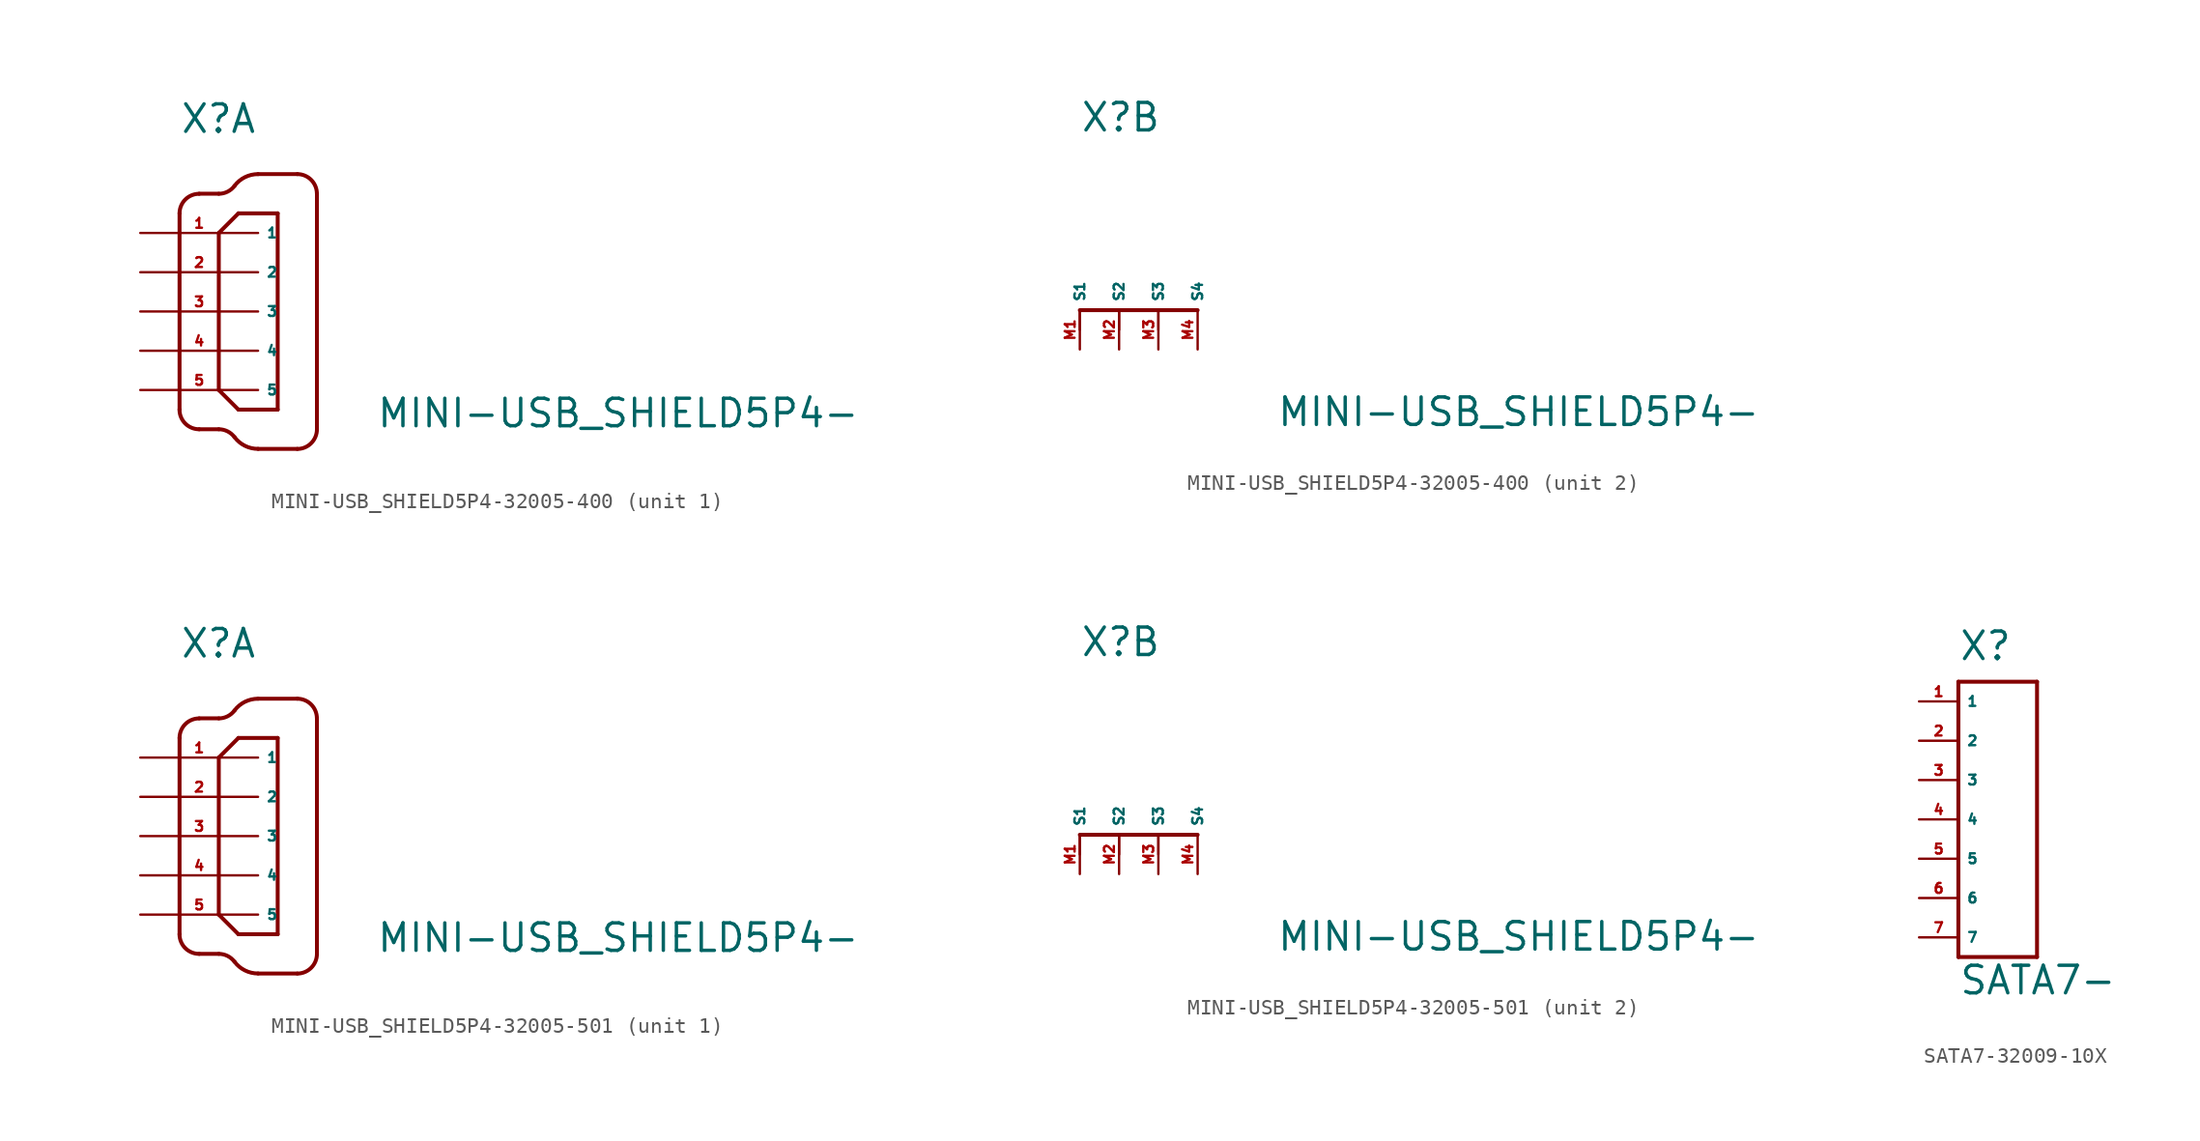
<source format=kicad_sym>
(kicad_symbol_lib
  (version 20220914)
  (generator Eagle2Kicad)
  (symbol "MINI-USB_SHIELD5P4-32005-400"
    (property "Reference" "X"
      (at -2.54 11.43 0)
      (effects (font (size 1.778 1.778) (thickness 0.22)) (justify left bottom)))
    (property "Value" "MINI-USB_SHIELD5P4-"
      (at 10.16 -7.62 0)
      (effects (font (size 1.778 1.778) (thickness 0.22)) (justify left bottom)))
    (symbol "MINI-USB_SHIELD5P4-32005-400_1_0"
      (polyline (pts (xy -2.54 6.35) (xy -2.54 -6.35)) (stroke (width 0.254) (type default)) (fill (type none)))
      (arc (start -2.54 -6.35) (mid -2.168 -7.248) (end -1.27 -7.62) (stroke (width 0.254) (type default)) (fill (type none)))
      (polyline (pts (xy -1.27 -7.62) (xy 0 -7.62)) (stroke (width 0.254) (type default)) (fill (type none)))
      (arc (start 1.016 -8.128) (mid 0.568 -7.754) (end 0 -7.62) (stroke (width 0.254) (type default)) (fill (type none)))
      (arc (start 1.016 -8.128) (mid 1.688 -8.689) (end 2.54 -8.89) (stroke (width 0.254) (type default)) (fill (type none)))
      (polyline (pts (xy 2.54 -8.89) (xy 5.08 -8.89)) (stroke (width 0.254) (type default)) (fill (type none)))
      (arc (start 5.08 -8.89) (mid 5.978 -8.518) (end 6.35 -7.62) (stroke (width 0.254) (type default)) (fill (type none)))
      (polyline (pts (xy 6.35 -7.62) (xy 6.35 7.62)) (stroke (width 0.254) (type default)) (fill (type none)))
      (arc (start -1.27 7.62) (mid -2.168 7.248) (end -2.54 6.35) (stroke (width 0.254) (type default)) (fill (type none)))
      (polyline (pts (xy -1.27 7.62) (xy 0 7.62)) (stroke (width 0.254) (type default)) (fill (type none)))
      (arc (start 0 7.62) (mid 0.568 7.754) (end 1.016 8.128) (stroke (width 0.254) (type default)) (fill (type none)))
      (arc (start 2.54 8.89) (mid 1.688 8.689) (end 1.016 8.128) (stroke (width 0.254) (type default)) (fill (type none)))
      (polyline (pts (xy 2.54 8.89) (xy 5.08 8.89)) (stroke (width 0.254) (type default)) (fill (type none)))
      (arc (start 6.35 7.62) (mid 5.978 8.518) (end 5.08 8.89) (stroke (width 0.254) (type default)) (fill (type none)))
      (polyline (pts (xy 0 5.08) (xy 0 -5.08)) (stroke (width 0.254) (type default)) (fill (type none)))
      (polyline (pts (xy 0 -5.08) (xy 1.27 -6.35)) (stroke (width 0.254) (type default)) (fill (type none)))
      (polyline (pts (xy 1.27 -6.35) (xy 3.81 -6.35)) (stroke (width 0.254) (type default)) (fill (type none)))
      (polyline (pts (xy 3.81 -6.35) (xy 3.81 6.35)) (stroke (width 0.254) (type default)) (fill (type none)))
      (polyline (pts (xy 3.81 6.35) (xy 1.27 6.35)) (stroke (width 0.254) (type default)) (fill (type none)))
      (polyline (pts (xy 1.27 6.35) (xy 0 5.08)) (stroke (width 0.254) (type default)) (fill (type none)))
      (pin passive line (at -5.08 5.08 0) (length 7.62) (name "1" (effects (font (size 0.635 0.635) (thickness 0.08)) (justify left bottom))) (number "1" (effects (font (size 0.635 0.635) (thickness 0.08)) (justify left bottom))))
      (pin passive line (at -5.08 2.54 0) (length 7.62) (name "2" (effects (font (size 0.635 0.635) (thickness 0.08)) (justify left bottom))) (number "2" (effects (font (size 0.635 0.635) (thickness 0.08)) (justify left bottom))))
      (pin passive line (at -5.08 0 0) (length 7.62) (name "3" (effects (font (size 0.635 0.635) (thickness 0.08)) (justify left bottom))) (number "3" (effects (font (size 0.635 0.635) (thickness 0.08)) (justify left bottom))))
      (pin passive line (at -5.08 -2.54 0) (length 7.62) (name "4" (effects (font (size 0.635 0.635) (thickness 0.08)) (justify left bottom))) (number "4" (effects (font (size 0.635 0.635) (thickness 0.08)) (justify left bottom))))
      (pin passive line (at -5.08 -5.08 0) (length 7.62) (name "5" (effects (font (size 0.635 0.635) (thickness 0.08)) (justify left bottom))) (number "5" (effects (font (size 0.635 0.635) (thickness 0.08)) (justify left bottom)))))
    (symbol "MINI-USB_SHIELD5P4-32005-400_2_0"
      (polyline (pts (xy -2.54 0) (xy 0 0)) (stroke (width 0.254) (type dash)) (fill (type none)))
      (polyline (pts (xy 0 0) (xy 2.54 0)) (stroke (width 0.254) (type dash)) (fill (type none)))
      (polyline (pts (xy 2.54 0) (xy 5.08 0)) (stroke (width 0.254) (type dash)) (fill (type none)))
      (polyline (pts (xy -2.54 -1.27) (xy -2.54 0)) (stroke (width 0.152) (type default)) (fill (type none)))
      (polyline (pts (xy 0 -1.27) (xy 0 0)) (stroke (width 0.152) (type default)) (fill (type none)))
      (polyline (pts (xy 2.54 -1.27) (xy 2.54 0)) (stroke (width 0.152) (type default)) (fill (type none)))
      (pin passive line (at -2.54 -2.54 90) (length 2.54) (name "S1" (effects (font (size 0.635 0.635) (thickness 0.08)) (justify left bottom))) (number "M1" (effects (font (size 0.635 0.635) (thickness 0.08)) (justify left bottom))))
      (pin passive line (at 0 -2.54 90) (length 2.54) (name "S2" (effects (font (size 0.635 0.635) (thickness 0.08)) (justify left bottom))) (number "M2" (effects (font (size 0.635 0.635) (thickness 0.08)) (justify left bottom))))
      (pin passive line (at 2.54 -2.54 90) (length 2.54) (name "S3" (effects (font (size 0.635 0.635) (thickness 0.08)) (justify left bottom))) (number "M3" (effects (font (size 0.635 0.635) (thickness 0.08)) (justify left bottom))))
      (pin passive line (at 5.08 -2.54 90) (length 2.54) (name "S4" (effects (font (size 0.635 0.635) (thickness 0.08)) (justify left bottom))) (number "M4" (effects (font (size 0.635 0.635) (thickness 0.08)) (justify left bottom))))))
  (symbol "MINI-USB_SHIELD5P4-32005-501"
    (property "Reference" "X"
      (at -2.54 11.43 0)
      (effects (font (size 1.778 1.778) (thickness 0.22)) (justify left bottom)))
    (property "Value" "MINI-USB_SHIELD5P4-"
      (at 10.16 -7.62 0)
      (effects (font (size 1.778 1.778) (thickness 0.22)) (justify left bottom)))
    (symbol "MINI-USB_SHIELD5P4-32005-501_1_0"
      (polyline (pts (xy -2.54 6.35) (xy -2.54 -6.35)) (stroke (width 0.254) (type default)) (fill (type none)))
      (arc (start -2.54 -6.35) (mid -2.168 -7.248) (end -1.27 -7.62) (stroke (width 0.254) (type default)) (fill (type none)))
      (polyline (pts (xy -1.27 -7.62) (xy 0 -7.62)) (stroke (width 0.254) (type default)) (fill (type none)))
      (arc (start 1.016 -8.128) (mid 0.568 -7.754) (end 0 -7.62) (stroke (width 0.254) (type default)) (fill (type none)))
      (arc (start 1.016 -8.128) (mid 1.688 -8.689) (end 2.54 -8.89) (stroke (width 0.254) (type default)) (fill (type none)))
      (polyline (pts (xy 2.54 -8.89) (xy 5.08 -8.89)) (stroke (width 0.254) (type default)) (fill (type none)))
      (arc (start 5.08 -8.89) (mid 5.978 -8.518) (end 6.35 -7.62) (stroke (width 0.254) (type default)) (fill (type none)))
      (polyline (pts (xy 6.35 -7.62) (xy 6.35 7.62)) (stroke (width 0.254) (type default)) (fill (type none)))
      (arc (start -1.27 7.62) (mid -2.168 7.248) (end -2.54 6.35) (stroke (width 0.254) (type default)) (fill (type none)))
      (polyline (pts (xy -1.27 7.62) (xy 0 7.62)) (stroke (width 0.254) (type default)) (fill (type none)))
      (arc (start 0 7.62) (mid 0.568 7.754) (end 1.016 8.128) (stroke (width 0.254) (type default)) (fill (type none)))
      (arc (start 2.54 8.89) (mid 1.688 8.689) (end 1.016 8.128) (stroke (width 0.254) (type default)) (fill (type none)))
      (polyline (pts (xy 2.54 8.89) (xy 5.08 8.89)) (stroke (width 0.254) (type default)) (fill (type none)))
      (arc (start 6.35 7.62) (mid 5.978 8.518) (end 5.08 8.89) (stroke (width 0.254) (type default)) (fill (type none)))
      (polyline (pts (xy 0 5.08) (xy 0 -5.08)) (stroke (width 0.254) (type default)) (fill (type none)))
      (polyline (pts (xy 0 -5.08) (xy 1.27 -6.35)) (stroke (width 0.254) (type default)) (fill (type none)))
      (polyline (pts (xy 1.27 -6.35) (xy 3.81 -6.35)) (stroke (width 0.254) (type default)) (fill (type none)))
      (polyline (pts (xy 3.81 -6.35) (xy 3.81 6.35)) (stroke (width 0.254) (type default)) (fill (type none)))
      (polyline (pts (xy 3.81 6.35) (xy 1.27 6.35)) (stroke (width 0.254) (type default)) (fill (type none)))
      (polyline (pts (xy 1.27 6.35) (xy 0 5.08)) (stroke (width 0.254) (type default)) (fill (type none)))
      (pin passive line (at -5.08 5.08 0) (length 7.62) (name "1" (effects (font (size 0.635 0.635) (thickness 0.08)) (justify left bottom))) (number "1" (effects (font (size 0.635 0.635) (thickness 0.08)) (justify left bottom))))
      (pin passive line (at -5.08 2.54 0) (length 7.62) (name "2" (effects (font (size 0.635 0.635) (thickness 0.08)) (justify left bottom))) (number "2" (effects (font (size 0.635 0.635) (thickness 0.08)) (justify left bottom))))
      (pin passive line (at -5.08 0 0) (length 7.62) (name "3" (effects (font (size 0.635 0.635) (thickness 0.08)) (justify left bottom))) (number "3" (effects (font (size 0.635 0.635) (thickness 0.08)) (justify left bottom))))
      (pin passive line (at -5.08 -2.54 0) (length 7.62) (name "4" (effects (font (size 0.635 0.635) (thickness 0.08)) (justify left bottom))) (number "4" (effects (font (size 0.635 0.635) (thickness 0.08)) (justify left bottom))))
      (pin passive line (at -5.08 -5.08 0) (length 7.62) (name "5" (effects (font (size 0.635 0.635) (thickness 0.08)) (justify left bottom))) (number "5" (effects (font (size 0.635 0.635) (thickness 0.08)) (justify left bottom)))))
    (symbol "MINI-USB_SHIELD5P4-32005-501_2_0"
      (polyline (pts (xy -2.54 0) (xy 0 0)) (stroke (width 0.254) (type dash)) (fill (type none)))
      (polyline (pts (xy 0 0) (xy 2.54 0)) (stroke (width 0.254) (type dash)) (fill (type none)))
      (polyline (pts (xy 2.54 0) (xy 5.08 0)) (stroke (width 0.254) (type dash)) (fill (type none)))
      (polyline (pts (xy -2.54 -1.27) (xy -2.54 0)) (stroke (width 0.152) (type default)) (fill (type none)))
      (polyline (pts (xy 0 -1.27) (xy 0 0)) (stroke (width 0.152) (type default)) (fill (type none)))
      (polyline (pts (xy 2.54 -1.27) (xy 2.54 0)) (stroke (width 0.152) (type default)) (fill (type none)))
      (pin passive line (at -2.54 -2.54 90) (length 2.54) (name "S1" (effects (font (size 0.635 0.635) (thickness 0.08)) (justify left bottom))) (number "M1" (effects (font (size 0.635 0.635) (thickness 0.08)) (justify left bottom))))
      (pin passive line (at 0 -2.54 90) (length 2.54) (name "S2" (effects (font (size 0.635 0.635) (thickness 0.08)) (justify left bottom))) (number "M2" (effects (font (size 0.635 0.635) (thickness 0.08)) (justify left bottom))))
      (pin passive line (at 2.54 -2.54 90) (length 2.54) (name "S3" (effects (font (size 0.635 0.635) (thickness 0.08)) (justify left bottom))) (number "M3" (effects (font (size 0.635 0.635) (thickness 0.08)) (justify left bottom))))
      (pin passive line (at 5.08 -2.54 90) (length 2.54) (name "S4" (effects (font (size 0.635 0.635) (thickness 0.08)) (justify left bottom))) (number "M4" (effects (font (size 0.635 0.635) (thickness 0.08)) (justify left bottom))))))
  (symbol "SATA7-32009-10X"
    (property "Reference" "X"
      (at -2.54 10.16 0)
      (effects (font (size 1.778 1.778) (thickness 0.22)) (justify left bottom)))
    (property "Value" "SATA7-"
      (at -2.54 -11.43 0)
      (effects (font (size 1.778 1.778) (thickness 0.22)) (justify left bottom)))
    (polyline
      (pts (xy -2.54 8.89) (xy -2.54 -8.89))
      (stroke (width 0.254) (type default))
      (fill (type none)))
    (polyline
      (pts (xy -2.54 -8.89) (xy 2.54 -8.89))
      (stroke (width 0.254) (type default))
      (fill (type none)))
    (polyline
      (pts (xy 2.54 -8.89) (xy 2.54 8.89))
      (stroke (width 0.254) (type default))
      (fill (type none)))
    (polyline
      (pts (xy 2.54 8.89) (xy -2.54 8.89))
      (stroke (width 0.254) (type default))
      (fill (type none)))
    (pin passive line
      (at -5.08 7.62 0)
      (length 2.54)
      (name "1" (effects (font (size 0.635 0.635) (thickness 0.08)) (justify left bottom)))
      (number "1" (effects (font (size 0.635 0.635) (thickness 0.08)) (justify left bottom))))
    (pin passive line
      (at -5.08 5.08 0)
      (length 2.54)
      (name "2" (effects (font (size 0.635 0.635) (thickness 0.08)) (justify left bottom)))
      (number "2" (effects (font (size 0.635 0.635) (thickness 0.08)) (justify left bottom))))
    (pin passive line
      (at -5.08 2.54 0)
      (length 2.54)
      (name "3" (effects (font (size 0.635 0.635) (thickness 0.08)) (justify left bottom)))
      (number "3" (effects (font (size 0.635 0.635) (thickness 0.08)) (justify left bottom))))
    (pin passive line
      (at -5.08 0 0)
      (length 2.54)
      (name "4" (effects (font (size 0.635 0.635) (thickness 0.08)) (justify left bottom)))
      (number "4" (effects (font (size 0.635 0.635) (thickness 0.08)) (justify left bottom))))
    (pin passive line
      (at -5.08 -2.54 0)
      (length 2.54)
      (name "5" (effects (font (size 0.635 0.635) (thickness 0.08)) (justify left bottom)))
      (number "5" (effects (font (size 0.635 0.635) (thickness 0.08)) (justify left bottom))))
    (pin passive line
      (at -5.08 -5.08 0)
      (length 2.54)
      (name "6" (effects (font (size 0.635 0.635) (thickness 0.08)) (justify left bottom)))
      (number "6" (effects (font (size 0.635 0.635) (thickness 0.08)) (justify left bottom))))
    (pin passive line
      (at -5.08 -7.62 0)
      (length 2.54)
      (name "7" (effects (font (size 0.635 0.635) (thickness 0.08)) (justify left bottom)))
      (number "7" (effects (font (size 0.635 0.635) (thickness 0.08)) (justify left bottom))))))
</source>
